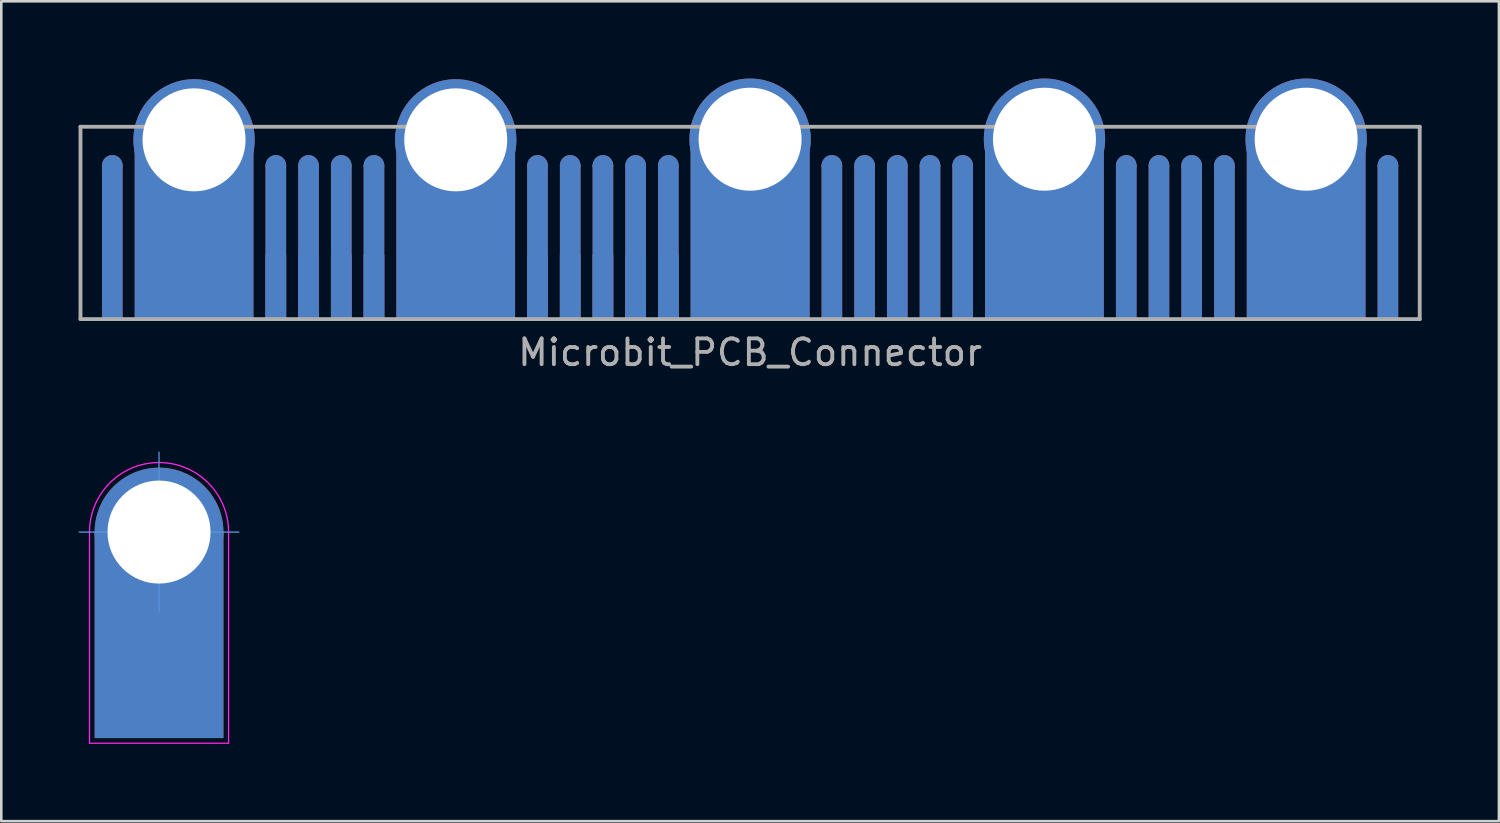
<source format=kicad_pcb>
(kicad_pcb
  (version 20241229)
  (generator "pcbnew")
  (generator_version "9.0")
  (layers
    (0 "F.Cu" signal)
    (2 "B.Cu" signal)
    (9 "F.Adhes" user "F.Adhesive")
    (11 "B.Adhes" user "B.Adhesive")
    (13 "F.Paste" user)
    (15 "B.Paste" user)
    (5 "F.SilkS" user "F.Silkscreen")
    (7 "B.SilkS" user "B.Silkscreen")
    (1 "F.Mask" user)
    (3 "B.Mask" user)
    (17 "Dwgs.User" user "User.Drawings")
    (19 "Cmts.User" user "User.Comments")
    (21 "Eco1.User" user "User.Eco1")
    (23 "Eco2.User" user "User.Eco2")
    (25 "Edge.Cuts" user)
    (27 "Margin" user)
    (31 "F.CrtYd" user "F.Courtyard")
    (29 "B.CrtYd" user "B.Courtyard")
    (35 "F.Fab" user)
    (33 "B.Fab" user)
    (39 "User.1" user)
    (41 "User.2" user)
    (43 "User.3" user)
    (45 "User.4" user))
  (footprint "z_BBC-BIT"
    (layer "F.Cu")
    (at 3.125 17.609)
    (property "Reference" "z_BBC-BIT" (at 0 0.125 0) (layer "F.Fab") (effects (font (size 0.1 0.1) (thickness 0.01))))
    (attr through_hole)
    (fp_line (start -3.1 0) (end 3.1 0) (stroke (width 0.05) (type solid)) (layer "Cmts.User"))
    (fp_line (start 0 -3.1) (end 0 3.1) (stroke (width 0.05) (type solid)) (layer "Cmts.User"))
    (fp_line (start -2.7 0) (end -2.7 8.2) (stroke (width 0.05) (type solid)) (layer "F.CrtYd"))
    (fp_line (start -2.7 8.2) (end 2.7 8.2) (stroke (width 0.05) (type solid)) (layer "F.CrtYd"))
    (fp_line (start 2.7 8.2) (end 2.7 0) (stroke (width 0.05) (type solid)) (layer "F.CrtYd"))
    (fp_arc (start -2.7 0) (mid 0 -2.7) (end 2.7 0) (stroke (width 0.05) (type solid)) (layer "F.CrtYd"))
    (fp_text user "${REFERENCE}" (at 0 0 180) (layer "Eco1.User") (effects (font (size 0.3 0.3) (thickness 0.03))))
    (pad "1" thru_hole circle (at 0 0) (size 5 5) (drill 4) (layers "*.Cu" "*.Mask"))
    (pad "1" smd rect (at 0 4) (size 5 8) (layers "F.Cu" "F.Mask"))
    (pad "1" smd rect (at 0 4) (size 5 8) (layers "*.Mask" "B.Cu")))
  (footprint "Microbit_PCB_Connector"
    (layer "F.Cu")
    (at 26.075 8.095)
    (property "Reference" "Microbit_PCB_Connector" (at 0 2.54 0) (layer "F.Fab") (effects (font (size 1 1) (thickness 0.15))))
    (attr through_hole)
    (fp_line (start -26 -6.223) (end -26 1.245) (stroke (width 0.15) (type solid)) (layer "F.Fab"))
    (fp_line (start -26 -6.223) (end 26 -6.223) (stroke (width 0.15) (type solid)) (layer "F.Fab"))
    (fp_line (start -26 1.245) (end 26 1.245) (stroke (width 0.15) (type solid)) (layer "F.Fab"))
    (fp_line (start 26 -6.223) (end 26 1.245) (stroke (width 0.15) (type solid)) (layer "F.Fab"))
    (pad "1" smd circle (at -24.765 -4.724) (size 0.8 0.8) (layers "F.Cu" "F.Mask"))
    (pad "1" smd circle (at -24.765 -4.724) (size 0.8 0.8) (layers "*.Mask" "B.Cu"))
    (pad "1" smd rect (at -24.765 -1.753) (size 0.8 6) (layers "F.Cu" "F.Mask"))
    (pad "1" smd rect (at -24.765 -1.753) (size 0.8 6) (layers "*.Mask" "B.Cu"))
    (pad "1" smd circle (at -18.415 -4.724) (size 0.8 0.8) (layers "F.Cu" "F.Mask"))
    (pad "1" smd circle (at -18.415 -4.724) (size 0.8 0.8) (layers "*.Mask" "B.Cu"))
    (pad "1" smd rect (at -18.415 -1.753) (size 0.8 6) (layers "F.Cu" "F.Mask"))
    (pad "1" smd rect (at -18.415 -1.753) (size 0.8 6) (layers "*.Mask" "B.Cu"))
    (pad "1" smd circle (at -17.145 -4.724) (size 0.8 0.8) (layers "F.Cu" "F.Mask"))
    (pad "1" smd circle (at -17.145 -4.724) (size 0.8 0.8) (layers "*.Mask" "B.Cu"))
    (pad "1" smd rect (at -17.145 -1.753) (size 0.8 6) (layers "F.Cu" "F.Mask"))
    (pad "1" smd rect (at -17.145 -1.753) (size 0.8 6) (layers "*.Mask" "B.Cu"))
    (pad "1" smd circle (at -15.875 -4.724) (size 0.8 0.8) (layers "F.Cu" "F.Mask"))
    (pad "1" smd circle (at -15.875 -4.724) (size 0.8 0.8) (layers "*.Mask" "B.Cu"))
    (pad "1" smd rect (at -15.875 -1.753) (size 0.8 6) (layers "F.Cu" "F.Mask"))
    (pad "1" smd rect (at -15.875 -1.753) (size 0.8 6) (layers "*.Mask" "B.Cu"))
    (pad "1" smd circle (at -14.605 -4.724) (size 0.8 0.8) (layers "F.Cu" "F.Mask"))
    (pad "1" smd circle (at -14.605 -4.724) (size 0.8 0.8) (layers "*.Mask" "B.Cu"))
    (pad "1" smd rect (at -14.605 -1.753) (size 0.8 6) (layers "F.Cu" "F.Mask"))
    (pad "1" smd rect (at -14.605 -1.753) (size 0.8 6) (layers "*.Mask" "B.Cu"))
    (pad "1" smd circle (at -8.255 -4.724) (size 0.8 0.8) (layers "F.Cu" "F.Mask"))
    (pad "1" smd circle (at -8.255 -4.724) (size 0.8 0.8) (layers "*.Mask" "B.Cu"))
    (pad "1" smd rect (at -8.255 -1.753) (size 0.8 6) (layers "F.Cu" "F.Mask"))
    (pad "1" smd rect (at -8.255 -1.753) (size 0.8 6) (layers "*.Mask" "B.Cu"))
    (pad "1" smd circle (at -6.985 -4.724) (size 0.8 0.8) (layers "F.Cu" "F.Mask"))
    (pad "1" smd circle (at -6.985 -4.724) (size 0.8 0.8) (layers "*.Mask" "B.Cu"))
    (pad "1" smd rect (at -6.985 -1.753) (size 0.8 6) (layers "F.Cu" "F.Mask"))
    (pad "1" smd rect (at -6.985 -1.753) (size 0.8 6) (layers "*.Mask" "B.Cu"))
    (pad "1" smd circle (at -5.715 -4.724) (size 0.8 0.8) (layers "F.Cu" "F.Mask"))
    (pad "1" smd circle (at -5.715 -4.724) (size 0.8 0.8) (layers "*.Mask" "B.Cu"))
    (pad "1" smd rect (at -5.715 -1.753) (size 0.8 6) (layers "F.Cu" "F.Mask"))
    (pad "1" smd rect (at -5.715 -1.753) (size 0.8 6) (layers "*.Mask" "B.Cu"))
    (pad "1" smd circle (at -4.445 -4.724) (size 0.8 0.8) (layers "F.Cu" "F.Mask"))
    (pad "1" smd circle (at -4.445 -4.724) (size 0.8 0.8) (layers "*.Mask" "B.Cu"))
    (pad "1" smd rect (at -4.445 -1.753) (size 0.8 6) (layers "F.Cu" "F.Mask"))
    (pad "1" smd rect (at -4.445 -1.753) (size 0.8 6) (layers "*.Mask" "B.Cu"))
    (pad "1" smd circle (at -3.175 -4.724) (size 0.8 0.8) (layers "F.Cu" "F.Mask"))
    (pad "1" smd circle (at -3.175 -4.724) (size 0.8 0.8) (layers "*.Mask" "B.Cu"))
    (pad "1" smd rect (at -3.175 -1.753) (size 0.8 6) (layers "F.Cu" "F.Mask"))
    (pad "1" smd rect (at -3.175 -1.753) (size 0.8 6) (layers "*.Mask" "B.Cu"))
    (pad "1" smd circle (at 3.175 -4.724) (size 0.8 0.8) (layers "F.Cu" "F.Mask"))
    (pad "1" smd circle (at 3.175 -4.724) (size 0.8 0.8) (layers "*.Mask" "B.Cu"))
    (pad "1" smd rect (at 3.175 -1.753) (size 0.8 6) (layers "F.Cu" "F.Mask"))
    (pad "1" smd rect (at 3.175 -1.753) (size 0.8 6) (layers "*.Mask" "B.Cu"))
    (pad "1" smd circle (at 4.445 -4.724) (size 0.8 0.8) (layers "F.Cu" "F.Mask"))
    (pad "1" smd circle (at 4.445 -4.724) (size 0.8 0.8) (layers "*.Mask" "B.Cu"))
    (pad "1" smd rect (at 4.445 -1.753) (size 0.8 6) (layers "F.Cu" "F.Mask"))
    (pad "1" smd rect (at 4.445 -1.753) (size 0.8 6) (layers "*.Mask" "B.Cu"))
    (pad "1" smd circle (at 5.715 -4.724) (size 0.8 0.8) (layers "F.Cu" "F.Mask"))
    (pad "1" smd circle (at 5.715 -4.724) (size 0.8 0.8) (layers "*.Mask" "B.Cu"))
    (pad "1" smd rect (at 5.715 -1.753) (size 0.8 6) (layers "F.Cu" "F.Mask"))
    (pad "1" smd rect (at 5.715 -1.753) (size 0.8 6) (layers "*.Mask" "B.Cu"))
    (pad "1" smd circle (at 6.985 -4.724) (size 0.8 0.8) (layers "F.Cu" "F.Mask"))
    (pad "1" smd circle (at 6.985 -4.724) (size 0.8 0.8) (layers "*.Mask" "B.Cu"))
    (pad "1" smd rect (at 6.985 -1.753) (size 0.8 6) (layers "F.Cu" "F.Mask"))
    (pad "1" smd rect (at 6.985 -1.753) (size 0.8 6) (layers "*.Mask" "B.Cu"))
    (pad "2" thru_hole circle (at -21.59 -5.715) (size 4.71 4.71) (drill 4) (layers "*.Cu" "*.Mask"))
    (pad "2" smd rect (at -21.59 -2.261) (size 4.61 7) (layers "F.Cu" "F.Mask"))
    (pad "2" smd rect (at -21.59 -2.261) (size 4.61 7) (layers "*.Mask" "B.Cu"))
    (pad "3" smd rect (at -18.415 0) (size 0.8 2.5) (layers "F.Cu" "F.Mask"))
    (pad "3" smd rect (at -18.415 0) (size 0.8 2.5) (layers "*.Mask" "B.Cu"))
    (pad "4" smd rect (at -17.145 0) (size 0.8 2.5) (layers "F.Cu" "F.Mask"))
    (pad "4" smd rect (at -17.145 0) (size 0.8 2.5) (layers "*.Mask" "B.Cu"))
    (pad "5" smd rect (at -15.875 0) (size 0.8 2.5) (layers "F.Cu" "F.Mask"))
    (pad "5" smd rect (at -15.875 0) (size 0.8 2.5) (layers "*.Mask" "B.Cu"))
    (pad "6" smd rect (at -14.605 0) (size 0.8 2.5) (layers "F.Cu" "F.Mask"))
    (pad "6" smd rect (at -14.605 0) (size 0.8 2.5) (layers "*.Mask" "B.Cu"))
    (pad "7" thru_hole circle (at -11.43 -5.715) (size 4.71 4.71) (drill 4) (layers "*.Cu" "*.Mask"))
    (pad "7" smd rect (at -11.43 -2.235) (size 4.61 7) (layers "F.Cu" "F.Mask"))
    (pad "7" smd rect (at -11.43 -2.235) (size 4.61 7) (layers "*.Mask" "B.Cu"))
    (pad "7" smd rect (at 0 -2.261) (size 4.61 7) (layers "*.Mask" "B.Cu"))
    (pad "8" smd rect (at -8.255 0) (size 0.8 2.5) (layers "F.Cu" "F.Mask"))
    (pad "8" smd rect (at -8.255 0) (size 0.8 2.5) (layers "*.Mask" "B.Cu"))
    (pad "9" smd rect (at -6.985 0) (size 0.8 2.5) (layers "F.Cu" "F.Mask"))
    (pad "9" smd rect (at -6.985 0) (size 0.8 2.5) (layers "*.Mask" "B.Cu"))
    (pad "10" smd rect (at -5.715 0) (size 0.8 2.5) (layers "F.Cu" "F.Mask"))
    (pad "10" smd rect (at -5.715 0) (size 0.8 2.5) (layers "*.Mask" "B.Cu"))
    (pad "11" smd rect (at -4.445 0) (size 0.8 2.5) (layers "F.Cu" "F.Mask"))
    (pad "11" smd rect (at -4.445 0) (size 0.8 2.5) (layers "*.Mask" "B.Cu"))
    (pad "12" smd rect (at -3.175 0) (size 0.8 2.5) (layers "F.Cu" "F.Mask"))
    (pad "12" smd rect (at -3.175 0) (size 0.8 2.5) (layers "*.Mask" "B.Cu"))
    (pad "13" thru_hole circle (at 0 -5.74) (size 4.71 4.71) (drill 4) (layers "*.Cu" "*.Mask"))
    (pad "13" smd rect (at 0 -2.261) (size 4.61 7) (layers "F.Cu" "F.Mask"))
    (pad "13" smd rect (at 0 -2.261) (size 4.61 7) (layers "*.Mask" "B.Cu"))
    (pad "18" smd circle (at 8.255 -4.724) (size 0.8 0.8) (layers "F.Cu" "F.Mask"))
    (pad "18" smd circle (at 8.255 -4.724) (size 0.8 0.8) (layers "*.Mask" "B.Cu"))
    (pad "18" smd rect (at 8.255 -1.753) (size 0.8 6) (layers "F.Cu" "F.Mask"))
    (pad "18" smd rect (at 8.255 -1.753) (size 0.8 6) (layers "*.Mask" "B.Cu"))
    (pad "19" thru_hole circle (at 11.43 -5.74) (size 4.71 4.71) (drill 4) (layers "*.Cu" "*.Mask"))
    (pad "19" smd rect (at 11.43 -2.261) (size 4.61 7) (layers "F.Cu" "F.Mask"))
    (pad "19" smd rect (at 11.43 -2.261) (size 4.61 7) (layers "*.Mask" "B.Cu"))
    (pad "20" smd circle (at 14.605 -4.724) (size 0.8 0.8) (layers "F.Cu" "F.Mask"))
    (pad "20" smd circle (at 14.605 -4.724) (size 0.8 0.8) (layers "*.Mask" "B.Cu"))
    (pad "20" smd rect (at 14.605 -1.753) (size 0.8 6) (layers "F.Cu" "F.Mask"))
    (pad "20" smd rect (at 14.605 -1.753) (size 0.8 6) (layers "*.Mask" "B.Cu"))
    (pad "21" smd circle (at 15.875 -4.724) (size 0.8 0.8) (layers "F.Cu" "F.Mask"))
    (pad "21" smd circle (at 15.875 -4.724) (size 0.8 0.8) (layers "*.Mask" "B.Cu"))
    (pad "21" smd rect (at 15.875 -1.753) (size 0.8 6) (layers "F.Cu" "F.Mask"))
    (pad "21" smd rect (at 15.875 -1.753) (size 0.8 6) (layers "*.Mask" "B.Cu"))
    (pad "22" smd circle (at 17.145 -4.724) (size 0.8 0.8) (layers "F.Cu" "F.Mask"))
    (pad "22" smd circle (at 17.145 -4.724) (size 0.8 0.8) (layers "*.Mask" "B.Cu"))
    (pad "22" smd rect (at 17.145 -1.753) (size 0.8 6) (layers "F.Cu" "F.Mask"))
    (pad "22" smd rect (at 17.145 -1.753) (size 0.8 6) (layers "*.Mask" "B.Cu"))
    (pad "23" smd circle (at 18.415 -4.724) (size 0.8 0.8) (layers "F.Cu" "F.Mask"))
    (pad "23" smd circle (at 18.415 -4.724) (size 0.8 0.8) (layers "*.Mask" "B.Cu"))
    (pad "23" smd rect (at 18.415 -1.753) (size 0.8 6) (layers "F.Cu" "F.Mask"))
    (pad "23" smd rect (at 18.415 -1.753) (size 0.8 6) (layers "*.Mask" "B.Cu"))
    (pad "24" thru_hole circle (at 21.59 -5.74) (size 4.71 4.71) (drill 4) (layers "*.Cu" "*.Mask"))
    (pad "24" smd rect (at 21.59 -2.261) (size 4.61 7) (layers "F.Cu" "F.Mask"))
    (pad "24" smd rect (at 21.59 -2.261) (size 4.61 7) (layers "*.Mask" "B.Cu"))
    (pad "25" smd circle (at 24.765 -4.724) (size 0.8 0.8) (layers "F.Cu" "F.Mask"))
    (pad "25" smd circle (at 24.765 -4.724) (size 0.8 0.8) (layers "*.Mask" "B.Cu"))
    (pad "25" smd rect (at 24.765 -1.753) (size 0.8 6) (layers "F.Cu" "F.Mask"))
    (pad "25" smd rect (at 24.765 -1.753) (size 0.8 6) (layers "*.Mask" "B.Cu")))
  (gr_rect
    (start -3 -3)
    (end 55.15 28.834)
    (stroke (width 0.1) (type default))
    (fill no)
    (layer "Edge.Cuts")))
</source>
